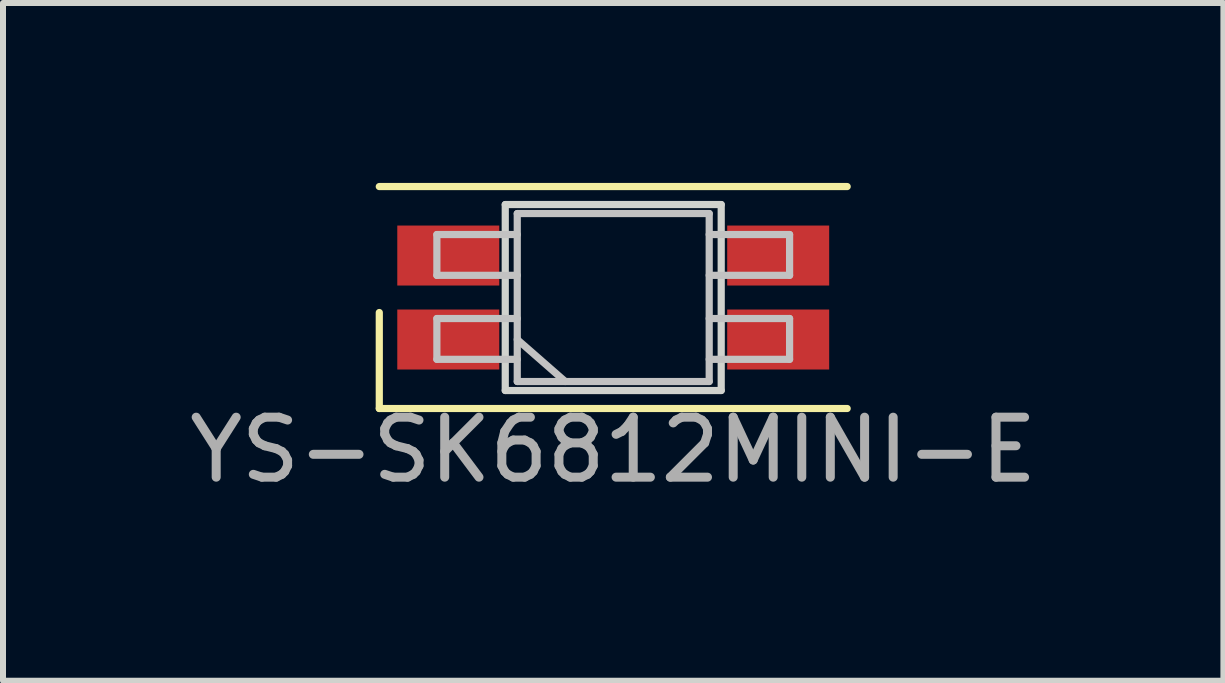
<source format=kicad_pcb>
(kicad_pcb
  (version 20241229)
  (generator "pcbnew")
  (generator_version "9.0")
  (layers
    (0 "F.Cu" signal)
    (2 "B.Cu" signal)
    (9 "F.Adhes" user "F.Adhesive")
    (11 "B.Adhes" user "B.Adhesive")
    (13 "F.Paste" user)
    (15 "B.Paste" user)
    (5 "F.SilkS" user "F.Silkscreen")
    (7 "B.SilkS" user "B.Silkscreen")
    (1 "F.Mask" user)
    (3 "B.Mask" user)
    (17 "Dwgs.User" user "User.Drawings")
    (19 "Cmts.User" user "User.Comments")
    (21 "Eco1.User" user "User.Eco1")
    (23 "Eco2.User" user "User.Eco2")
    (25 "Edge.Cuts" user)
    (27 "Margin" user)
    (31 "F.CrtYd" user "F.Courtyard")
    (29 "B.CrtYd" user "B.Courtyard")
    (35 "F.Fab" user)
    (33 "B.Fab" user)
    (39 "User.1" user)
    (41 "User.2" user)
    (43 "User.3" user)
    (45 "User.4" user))
  (footprint "YS-SK6812MINI-E"
    (layer "F.Cu")
    (at 7.173 1.91)
    (property "Reference" "YS-SK6812MINI-E" (at 0 2.54 0) (layer "F.Fab") (effects (font (size 1 1) (thickness 0.15))))
    (attr through_hole)
    (fp_line (start -3.9 0.25) (end -3.9 1.85) (stroke (width 0.12) (type solid)) (layer "F.SilkS"))
    (fp_line (start -3.9 1.85) (end 3.9 1.85) (stroke (width 0.12) (type solid)) (layer "F.SilkS"))
    (fp_line (start 3.9 -1.85) (end -3.9 -1.85) (stroke (width 0.12) (type solid)) (layer "F.SilkS"))
    (fp_line (start -2.94 -1.05) (end -2.94 -0.37) (stroke (width 0.12) (type solid)) (layer "Dwgs.User"))
    (fp_line (start -2.94 -0.37) (end -1.6 -0.37) (stroke (width 0.12) (type solid)) (layer "Dwgs.User"))
    (fp_line (start -2.94 0.35) (end -2.94 1.03) (stroke (width 0.12) (type solid)) (layer "Dwgs.User"))
    (fp_line (start -2.94 1.03) (end -1.6 1.03) (stroke (width 0.12) (type solid)) (layer "Dwgs.User"))
    (fp_line (start -1.6 -1.4) (end -1.6 1.4) (stroke (width 0.12) (type solid)) (layer "Dwgs.User"))
    (fp_line (start -1.6 -1.4) (end 1.6 -1.4) (stroke (width 0.12) (type solid)) (layer "Dwgs.User"))
    (fp_line (start -1.6 -1.05) (end -2.94 -1.05) (stroke (width 0.12) (type solid)) (layer "Dwgs.User"))
    (fp_line (start -1.6 0.35) (end -2.94 0.35) (stroke (width 0.12) (type solid)) (layer "Dwgs.User"))
    (fp_line (start -1.6 0.7) (end -0.8 1.4) (stroke (width 0.12) (type solid)) (layer "Dwgs.User"))
    (fp_line (start -1.6 1.4) (end 1.6 1.4) (stroke (width 0.12) (type solid)) (layer "Dwgs.User"))
    (fp_line (start 1.6 -1.4) (end 1.6 1.4) (stroke (width 0.12) (type solid)) (layer "Dwgs.User"))
    (fp_line (start 1.6 -0.37) (end 2.94 -0.37) (stroke (width 0.12) (type solid)) (layer "Dwgs.User"))
    (fp_line (start 1.6 1.03) (end 2.94 1.03) (stroke (width 0.12) (type solid)) (layer "Dwgs.User"))
    (fp_line (start 2.94 -1.05) (end 1.6 -1.05) (stroke (width 0.12) (type solid)) (layer "Dwgs.User"))
    (fp_line (start 2.94 -0.37) (end 2.94 -1.05) (stroke (width 0.12) (type solid)) (layer "Dwgs.User"))
    (fp_line (start 2.94 0.35) (end 1.6 0.35) (stroke (width 0.12) (type solid)) (layer "Dwgs.User"))
    (fp_line (start 2.94 1.03) (end 2.94 0.35) (stroke (width 0.12) (type solid)) (layer "Dwgs.User"))
    (fp_line (start -1.8 -1.55) (end -1.8 1.55) (stroke (width 0.12) (type solid)) (layer "Edge.Cuts"))
    (fp_line (start -1.8 1.55) (end 1.8 1.55) (stroke (width 0.12) (type solid)) (layer "Edge.Cuts"))
    (fp_line (start 1.8 -1.55) (end -1.8 -1.55) (stroke (width 0.12) (type solid)) (layer "Edge.Cuts"))
    (fp_line (start 1.8 1.55) (end 1.8 -1.55) (stroke (width 0.12) (type solid)) (layer "Edge.Cuts"))
    (pad "1" smd rect (at 2.75 -0.7) (size 1.7 1) (layers "F.Cu" "F.Mask" "F.Paste"))
    (pad "2" smd rect (at 2.75 0.7) (size 1.7 1) (layers "F.Cu" "F.Mask" "F.Paste"))
    (pad "3" smd rect (at -2.75 0.7) (size 1.7 1) (layers "F.Cu" "F.Mask" "F.Paste"))
    (pad "4" smd rect (at -2.75 -0.7) (size 1.7 1) (layers "F.Cu" "F.Mask" "F.Paste")))
  (gr_rect
    (start -3 -3)
    (end 17.345 8.298)
    (stroke (width 0.1) (type default))
    (fill no)
    (layer "Edge.Cuts")))
</source>
